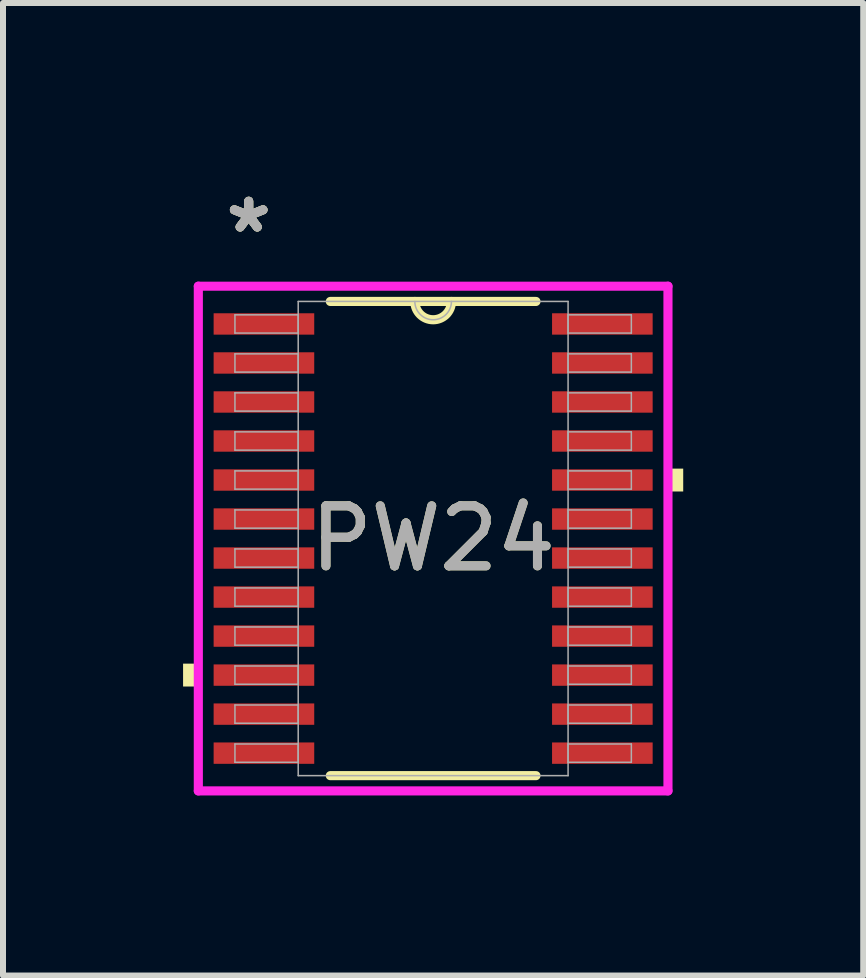
<source format=kicad_pcb>
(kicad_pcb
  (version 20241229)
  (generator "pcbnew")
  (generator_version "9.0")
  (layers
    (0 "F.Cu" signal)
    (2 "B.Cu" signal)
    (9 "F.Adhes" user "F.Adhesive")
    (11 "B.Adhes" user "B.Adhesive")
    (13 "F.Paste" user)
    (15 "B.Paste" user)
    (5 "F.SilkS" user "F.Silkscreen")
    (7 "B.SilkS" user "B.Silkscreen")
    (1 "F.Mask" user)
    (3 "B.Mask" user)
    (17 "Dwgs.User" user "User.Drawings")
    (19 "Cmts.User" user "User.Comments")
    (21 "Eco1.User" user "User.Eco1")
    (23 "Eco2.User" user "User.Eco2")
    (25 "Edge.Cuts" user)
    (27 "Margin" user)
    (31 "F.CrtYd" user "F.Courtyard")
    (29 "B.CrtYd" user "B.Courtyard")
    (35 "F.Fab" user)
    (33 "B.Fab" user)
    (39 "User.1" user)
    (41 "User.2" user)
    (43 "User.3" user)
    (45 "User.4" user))
  (footprint "PW24"
    (layer "F.Cu")
    (at 4.166 5.922)
    (property "Reference" "PW24" (at 0 0 0) (unlocked yes) (layer "F.SilkS") (effects (font (size 1 1) (thickness 0.15))))
    (attr smd)
    (fp_line (start -1.713 3.95) (end 1.713 3.95) (stroke (width 0.152) (type solid)) (layer "F.SilkS"))
    (fp_line (start 1.713 -3.95) (end -1.713 -3.95) (stroke (width 0.152) (type solid)) (layer "F.SilkS"))
    (fp_arc (start 0.3048 -3.9497) (mid 0 -3.6449) (end -0.3048 -3.9497) (stroke (width 0.1524) (type solid)) (layer "F.SilkS"))
    (fp_poly (pts (xy -4.166 2.084) (xy -4.166 2.465) (xy -3.912 2.465) (xy -3.912 2.084)) (stroke (width 0) (type solid)) (fill yes) (layer "F.SilkS"))
    (fp_poly (pts (xy 4.166 -1.165) (xy 4.166 -0.784) (xy 3.912 -0.784) (xy 3.912 -1.165)) (stroke (width 0) (type solid)) (fill yes) (layer "F.SilkS"))
    (fp_line (start -3.912 -4.204) (end 3.912 -4.204) (stroke (width 0.152) (type solid)) (layer "F.CrtYd"))
    (fp_line (start -3.912 4.204) (end -3.912 -4.204) (stroke (width 0.152) (type solid)) (layer "F.CrtYd"))
    (fp_line (start 3.912 -4.204) (end 3.912 4.204) (stroke (width 0.152) (type solid)) (layer "F.CrtYd"))
    (fp_line (start 3.912 4.204) (end -3.912 4.204) (stroke (width 0.152) (type solid)) (layer "F.CrtYd"))
    (fp_line (start -3.302 -3.727) (end -3.302 -3.423) (stroke (width 0.025) (type solid)) (layer "F.Fab"))
    (fp_line (start -3.302 -3.423) (end -2.248 -3.423) (stroke (width 0.025) (type solid)) (layer "F.Fab"))
    (fp_line (start -3.302 -3.077) (end -3.302 -2.773) (stroke (width 0.025) (type solid)) (layer "F.Fab"))
    (fp_line (start -3.302 -2.773) (end -2.248 -2.773) (stroke (width 0.025) (type solid)) (layer "F.Fab"))
    (fp_line (start -3.302 -2.427) (end -3.302 -2.123) (stroke (width 0.025) (type solid)) (layer "F.Fab"))
    (fp_line (start -3.302 -2.123) (end -2.248 -2.123) (stroke (width 0.025) (type solid)) (layer "F.Fab"))
    (fp_line (start -3.302 -1.777) (end -3.302 -1.473) (stroke (width 0.025) (type solid)) (layer "F.Fab"))
    (fp_line (start -3.302 -1.473) (end -2.248 -1.473) (stroke (width 0.025) (type solid)) (layer "F.Fab"))
    (fp_line (start -3.302 -1.127) (end -3.302 -0.823) (stroke (width 0.025) (type solid)) (layer "F.Fab"))
    (fp_line (start -3.302 -0.823) (end -2.248 -0.823) (stroke (width 0.025) (type solid)) (layer "F.Fab"))
    (fp_line (start -3.302 -0.477) (end -3.302 -0.173) (stroke (width 0.025) (type solid)) (layer "F.Fab"))
    (fp_line (start -3.302 -0.173) (end -2.248 -0.173) (stroke (width 0.025) (type solid)) (layer "F.Fab"))
    (fp_line (start -3.302 0.173) (end -3.302 0.477) (stroke (width 0.025) (type solid)) (layer "F.Fab"))
    (fp_line (start -3.302 0.477) (end -2.248 0.477) (stroke (width 0.025) (type solid)) (layer "F.Fab"))
    (fp_line (start -3.302 0.823) (end -3.302 1.127) (stroke (width 0.025) (type solid)) (layer "F.Fab"))
    (fp_line (start -3.302 1.127) (end -2.248 1.127) (stroke (width 0.025) (type solid)) (layer "F.Fab"))
    (fp_line (start -3.302 1.473) (end -3.302 1.777) (stroke (width 0.025) (type solid)) (layer "F.Fab"))
    (fp_line (start -3.302 1.777) (end -2.248 1.777) (stroke (width 0.025) (type solid)) (layer "F.Fab"))
    (fp_line (start -3.302 2.123) (end -3.302 2.427) (stroke (width 0.025) (type solid)) (layer "F.Fab"))
    (fp_line (start -3.302 2.427) (end -2.248 2.427) (stroke (width 0.025) (type solid)) (layer "F.Fab"))
    (fp_line (start -3.302 2.773) (end -3.302 3.077) (stroke (width 0.025) (type solid)) (layer "F.Fab"))
    (fp_line (start -3.302 3.077) (end -2.248 3.077) (stroke (width 0.025) (type solid)) (layer "F.Fab"))
    (fp_line (start -3.302 3.423) (end -3.302 3.727) (stroke (width 0.025) (type solid)) (layer "F.Fab"))
    (fp_line (start -3.302 3.727) (end -2.248 3.727) (stroke (width 0.025) (type solid)) (layer "F.Fab"))
    (fp_line (start -2.248 -3.95) (end -2.248 3.95) (stroke (width 0.025) (type solid)) (layer "F.Fab"))
    (fp_line (start -2.248 -3.727) (end -3.302 -3.727) (stroke (width 0.025) (type solid)) (layer "F.Fab"))
    (fp_line (start -2.248 -3.423) (end -2.248 -3.727) (stroke (width 0.025) (type solid)) (layer "F.Fab"))
    (fp_line (start -2.248 -3.077) (end -3.302 -3.077) (stroke (width 0.025) (type solid)) (layer "F.Fab"))
    (fp_line (start -2.248 -2.773) (end -2.248 -3.077) (stroke (width 0.025) (type solid)) (layer "F.Fab"))
    (fp_line (start -2.248 -2.427) (end -3.302 -2.427) (stroke (width 0.025) (type solid)) (layer "F.Fab"))
    (fp_line (start -2.248 -2.123) (end -2.248 -2.427) (stroke (width 0.025) (type solid)) (layer "F.Fab"))
    (fp_line (start -2.248 -1.777) (end -3.302 -1.777) (stroke (width 0.025) (type solid)) (layer "F.Fab"))
    (fp_line (start -2.248 -1.473) (end -2.248 -1.777) (stroke (width 0.025) (type solid)) (layer "F.Fab"))
    (fp_line (start -2.248 -1.127) (end -3.302 -1.127) (stroke (width 0.025) (type solid)) (layer "F.Fab"))
    (fp_line (start -2.248 -0.823) (end -2.248 -1.127) (stroke (width 0.025) (type solid)) (layer "F.Fab"))
    (fp_line (start -2.248 -0.477) (end -3.302 -0.477) (stroke (width 0.025) (type solid)) (layer "F.Fab"))
    (fp_line (start -2.248 -0.173) (end -2.248 -0.477) (stroke (width 0.025) (type solid)) (layer "F.Fab"))
    (fp_line (start -2.248 0.173) (end -3.302 0.173) (stroke (width 0.025) (type solid)) (layer "F.Fab"))
    (fp_line (start -2.248 0.477) (end -2.248 0.173) (stroke (width 0.025) (type solid)) (layer "F.Fab"))
    (fp_line (start -2.248 0.823) (end -3.302 0.823) (stroke (width 0.025) (type solid)) (layer "F.Fab"))
    (fp_line (start -2.248 1.127) (end -2.248 0.823) (stroke (width 0.025) (type solid)) (layer "F.Fab"))
    (fp_line (start -2.248 1.473) (end -3.302 1.473) (stroke (width 0.025) (type solid)) (layer "F.Fab"))
    (fp_line (start -2.248 1.777) (end -2.248 1.473) (stroke (width 0.025) (type solid)) (layer "F.Fab"))
    (fp_line (start -2.248 2.123) (end -3.302 2.123) (stroke (width 0.025) (type solid)) (layer "F.Fab"))
    (fp_line (start -2.248 2.427) (end -2.248 2.123) (stroke (width 0.025) (type solid)) (layer "F.Fab"))
    (fp_line (start -2.248 2.773) (end -3.302 2.773) (stroke (width 0.025) (type solid)) (layer "F.Fab"))
    (fp_line (start -2.248 3.077) (end -2.248 2.773) (stroke (width 0.025) (type solid)) (layer "F.Fab"))
    (fp_line (start -2.248 3.423) (end -3.302 3.423) (stroke (width 0.025) (type solid)) (layer "F.Fab"))
    (fp_line (start -2.248 3.727) (end -2.248 3.423) (stroke (width 0.025) (type solid)) (layer "F.Fab"))
    (fp_line (start -2.248 3.95) (end 2.248 3.95) (stroke (width 0.025) (type solid)) (layer "F.Fab"))
    (fp_line (start 2.248 -3.95) (end -2.248 -3.95) (stroke (width 0.025) (type solid)) (layer "F.Fab"))
    (fp_line (start 2.248 -3.727) (end 2.248 -3.423) (stroke (width 0.025) (type solid)) (layer "F.Fab"))
    (fp_line (start 2.248 -3.423) (end 3.302 -3.423) (stroke (width 0.025) (type solid)) (layer "F.Fab"))
    (fp_line (start 2.248 -3.077) (end 2.248 -2.773) (stroke (width 0.025) (type solid)) (layer "F.Fab"))
    (fp_line (start 2.248 -2.773) (end 3.302 -2.773) (stroke (width 0.025) (type solid)) (layer "F.Fab"))
    (fp_line (start 2.248 -2.427) (end 2.248 -2.123) (stroke (width 0.025) (type solid)) (layer "F.Fab"))
    (fp_line (start 2.248 -2.123) (end 3.302 -2.123) (stroke (width 0.025) (type solid)) (layer "F.Fab"))
    (fp_line (start 2.248 -1.777) (end 2.248 -1.473) (stroke (width 0.025) (type solid)) (layer "F.Fab"))
    (fp_line (start 2.248 -1.473) (end 3.302 -1.473) (stroke (width 0.025) (type solid)) (layer "F.Fab"))
    (fp_line (start 2.248 -1.127) (end 2.248 -0.823) (stroke (width 0.025) (type solid)) (layer "F.Fab"))
    (fp_line (start 2.248 -0.823) (end 3.302 -0.823) (stroke (width 0.025) (type solid)) (layer "F.Fab"))
    (fp_line (start 2.248 -0.477) (end 2.248 -0.173) (stroke (width 0.025) (type solid)) (layer "F.Fab"))
    (fp_line (start 2.248 -0.173) (end 3.302 -0.173) (stroke (width 0.025) (type solid)) (layer "F.Fab"))
    (fp_line (start 2.248 0.173) (end 2.248 0.477) (stroke (width 0.025) (type solid)) (layer "F.Fab"))
    (fp_line (start 2.248 0.477) (end 3.302 0.477) (stroke (width 0.025) (type solid)) (layer "F.Fab"))
    (fp_line (start 2.248 0.823) (end 2.248 1.127) (stroke (width 0.025) (type solid)) (layer "F.Fab"))
    (fp_line (start 2.248 1.127) (end 3.302 1.127) (stroke (width 0.025) (type solid)) (layer "F.Fab"))
    (fp_line (start 2.248 1.473) (end 2.248 1.777) (stroke (width 0.025) (type solid)) (layer "F.Fab"))
    (fp_line (start 2.248 1.777) (end 3.302 1.777) (stroke (width 0.025) (type solid)) (layer "F.Fab"))
    (fp_line (start 2.248 2.123) (end 2.248 2.427) (stroke (width 0.025) (type solid)) (layer "F.Fab"))
    (fp_line (start 2.248 2.427) (end 3.302 2.427) (stroke (width 0.025) (type solid)) (layer "F.Fab"))
    (fp_line (start 2.248 2.773) (end 2.248 3.077) (stroke (width 0.025) (type solid)) (layer "F.Fab"))
    (fp_line (start 2.248 3.077) (end 3.302 3.077) (stroke (width 0.025) (type solid)) (layer "F.Fab"))
    (fp_line (start 2.248 3.423) (end 2.248 3.727) (stroke (width 0.025) (type solid)) (layer "F.Fab"))
    (fp_line (start 2.248 3.727) (end 3.302 3.727) (stroke (width 0.025) (type solid)) (layer "F.Fab"))
    (fp_line (start 2.248 3.95) (end 2.248 -3.95) (stroke (width 0.025) (type solid)) (layer "F.Fab"))
    (fp_line (start 3.302 -3.727) (end 2.248 -3.727) (stroke (width 0.025) (type solid)) (layer "F.Fab"))
    (fp_line (start 3.302 -3.423) (end 3.302 -3.727) (stroke (width 0.025) (type solid)) (layer "F.Fab"))
    (fp_line (start 3.302 -3.077) (end 2.248 -3.077) (stroke (width 0.025) (type solid)) (layer "F.Fab"))
    (fp_line (start 3.302 -2.773) (end 3.302 -3.077) (stroke (width 0.025) (type solid)) (layer "F.Fab"))
    (fp_line (start 3.302 -2.427) (end 2.248 -2.427) (stroke (width 0.025) (type solid)) (layer "F.Fab"))
    (fp_line (start 3.302 -2.123) (end 3.302 -2.427) (stroke (width 0.025) (type solid)) (layer "F.Fab"))
    (fp_line (start 3.302 -1.777) (end 2.248 -1.777) (stroke (width 0.025) (type solid)) (layer "F.Fab"))
    (fp_line (start 3.302 -1.473) (end 3.302 -1.777) (stroke (width 0.025) (type solid)) (layer "F.Fab"))
    (fp_line (start 3.302 -1.127) (end 2.248 -1.127) (stroke (width 0.025) (type solid)) (layer "F.Fab"))
    (fp_line (start 3.302 -0.823) (end 3.302 -1.127) (stroke (width 0.025) (type solid)) (layer "F.Fab"))
    (fp_line (start 3.302 -0.477) (end 2.248 -0.477) (stroke (width 0.025) (type solid)) (layer "F.Fab"))
    (fp_line (start 3.302 -0.173) (end 3.302 -0.477) (stroke (width 0.025) (type solid)) (layer "F.Fab"))
    (fp_line (start 3.302 0.173) (end 2.248 0.173) (stroke (width 0.025) (type solid)) (layer "F.Fab"))
    (fp_line (start 3.302 0.477) (end 3.302 0.173) (stroke (width 0.025) (type solid)) (layer "F.Fab"))
    (fp_line (start 3.302 0.823) (end 2.248 0.823) (stroke (width 0.025) (type solid)) (layer "F.Fab"))
    (fp_line (start 3.302 1.127) (end 3.302 0.823) (stroke (width 0.025) (type solid)) (layer "F.Fab"))
    (fp_line (start 3.302 1.473) (end 2.248 1.473) (stroke (width 0.025) (type solid)) (layer "F.Fab"))
    (fp_line (start 3.302 1.777) (end 3.302 1.473) (stroke (width 0.025) (type solid)) (layer "F.Fab"))
    (fp_line (start 3.302 2.123) (end 2.248 2.123) (stroke (width 0.025) (type solid)) (layer "F.Fab"))
    (fp_line (start 3.302 2.427) (end 3.302 2.123) (stroke (width 0.025) (type solid)) (layer "F.Fab"))
    (fp_line (start 3.302 2.773) (end 2.248 2.773) (stroke (width 0.025) (type solid)) (layer "F.Fab"))
    (fp_line (start 3.302 3.077) (end 3.302 2.773) (stroke (width 0.025) (type solid)) (layer "F.Fab"))
    (fp_line (start 3.302 3.423) (end 2.248 3.423) (stroke (width 0.025) (type solid)) (layer "F.Fab"))
    (fp_line (start 3.302 3.727) (end 3.302 3.423) (stroke (width 0.025) (type solid)) (layer "F.Fab"))
    (fp_arc (start 0.3048 -3.9497) (mid 0 -3.6449) (end -0.3048 -3.9497) (stroke (width 0.0254) (type solid)) (layer "F.Fab"))
    (fp_text user "*" (at -3.073 -5.074 0) (layer "F.SilkS") (effects (font (size 1 1) (thickness 0.15))))
    (fp_text user "*" (at -3.073 -5.074 0) (unlocked yes) (layer "F.SilkS") (effects (font (size 1 1) (thickness 0.15))))
    (fp_text user "*" (at -3.073 -5.074 0) (unlocked yes) (layer "F.Fab") (effects (font (size 1 1) (thickness 0.15))))
    (fp_text user "${REFERENCE}" (at 0 0 0) (unlocked yes) (layer "F.Fab") (effects (font (size 1 1) (thickness 0.15))))
    (fp_text user "*" (at -3.073 -5.074 0) (layer "F.Fab") (effects (font (size 1 1) (thickness 0.15))))
    (pad "1" smd rect (at -2.819 -3.575) (size 1.676 0.356) (layers "F.Cu" "F.Mask" "F.Paste"))
    (pad "2" smd rect (at -2.819 -2.925) (size 1.676 0.356) (layers "F.Cu" "F.Mask" "F.Paste"))
    (pad "3" smd rect (at -2.819 -2.275) (size 1.676 0.356) (layers "F.Cu" "F.Mask" "F.Paste"))
    (pad "4" smd rect (at -2.819 -1.625) (size 1.676 0.356) (layers "F.Cu" "F.Mask" "F.Paste"))
    (pad "5" smd rect (at -2.819 -0.975) (size 1.676 0.356) (layers "F.Cu" "F.Mask" "F.Paste"))
    (pad "6" smd rect (at -2.819 -0.325) (size 1.676 0.356) (layers "F.Cu" "F.Mask" "F.Paste"))
    (pad "7" smd rect (at -2.819 0.325) (size 1.676 0.356) (layers "F.Cu" "F.Mask" "F.Paste"))
    (pad "8" smd rect (at -2.819 0.975) (size 1.676 0.356) (layers "F.Cu" "F.Mask" "F.Paste"))
    (pad "9" smd rect (at -2.819 1.625) (size 1.676 0.356) (layers "F.Cu" "F.Mask" "F.Paste"))
    (pad "10" smd rect (at -2.819 2.275) (size 1.676 0.356) (layers "F.Cu" "F.Mask" "F.Paste"))
    (pad "11" smd rect (at -2.819 2.925) (size 1.676 0.356) (layers "F.Cu" "F.Mask" "F.Paste"))
    (pad "12" smd rect (at -2.819 3.575) (size 1.676 0.356) (layers "F.Cu" "F.Mask" "F.Paste"))
    (pad "13" smd rect (at 2.819 3.575) (size 1.676 0.356) (layers "F.Cu" "F.Mask" "F.Paste"))
    (pad "14" smd rect (at 2.819 2.925) (size 1.676 0.356) (layers "F.Cu" "F.Mask" "F.Paste"))
    (pad "15" smd rect (at 2.819 2.275) (size 1.676 0.356) (layers "F.Cu" "F.Mask" "F.Paste"))
    (pad "16" smd rect (at 2.819 1.625) (size 1.676 0.356) (layers "F.Cu" "F.Mask" "F.Paste"))
    (pad "17" smd rect (at 2.819 0.975) (size 1.676 0.356) (layers "F.Cu" "F.Mask" "F.Paste"))
    (pad "18" smd rect (at 2.819 0.325) (size 1.676 0.356) (layers "F.Cu" "F.Mask" "F.Paste"))
    (pad "19" smd rect (at 2.819 -0.325) (size 1.676 0.356) (layers "F.Cu" "F.Mask" "F.Paste"))
    (pad "20" smd rect (at 2.819 -0.975) (size 1.676 0.356) (layers "F.Cu" "F.Mask" "F.Paste"))
    (pad "21" smd rect (at 2.819 -1.625) (size 1.676 0.356) (layers "F.Cu" "F.Mask" "F.Paste"))
    (pad "22" smd rect (at 2.819 -2.275) (size 1.676 0.356) (layers "F.Cu" "F.Mask" "F.Paste"))
    (pad "23" smd rect (at 2.819 -2.925) (size 1.676 0.356) (layers "F.Cu" "F.Mask" "F.Paste"))
    (pad "24" smd rect (at 2.819 -3.575) (size 1.676 0.356) (layers "F.Cu" "F.Mask" "F.Paste")))
  (gr_rect
    (start -3 -3)
    (end 11.331 13.202)
    (stroke (width 0.1) (type default))
    (fill no)
    (layer "Edge.Cuts")))
</source>
